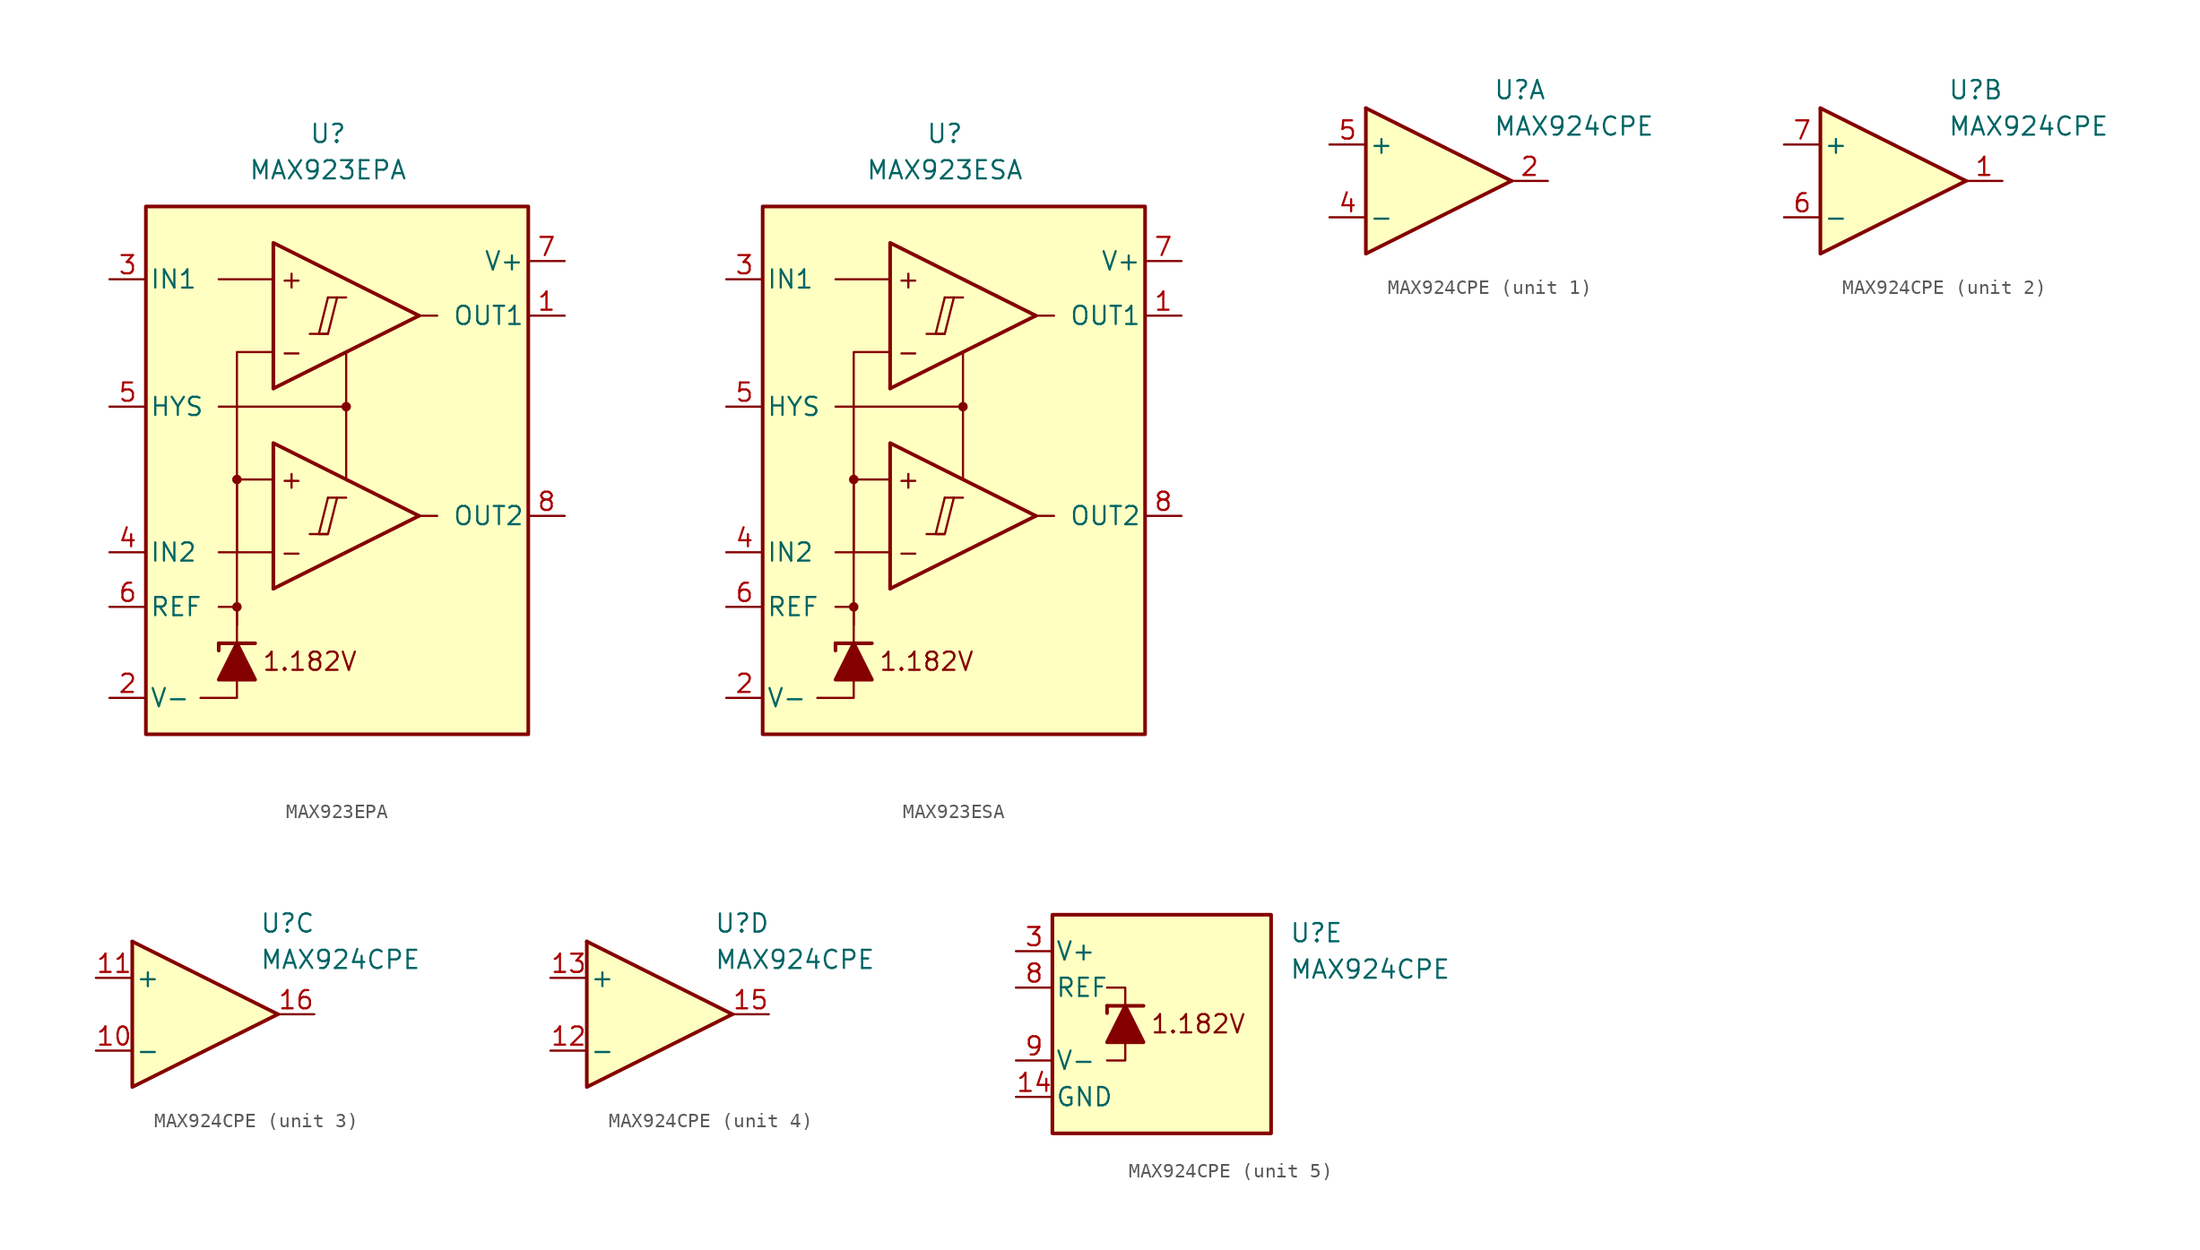
<source format=kicad_sym>
(kicad_symbol_lib
  (version 20231120)
  (generator "kicad_symbol_editor")
  (generator_version "8.0")
  (symbol "MAX923EPA"
    (pin_names
      (offset 0.254))
    (property "Reference" "U"
      (at -1.27 22.86 0)
      (effects (font (size 1.27 1.27))))
    (property "Value" "MAX923EPA"
      (at -1.27 20.32 0)
      (effects (font (size 1.27 1.27))))
    (symbol "MAX923EPA_0_0"
      (rectangle (start -13.97 17.78) (end 12.7 -19.05) (stroke (width 0.254) (type default)) (fill (type background)))
      (circle (center -7.62 -10.16) (radius 0.254) (stroke (width 0.152) (type default)) (fill (type outline)))
      (circle (center -7.62 -1.27) (radius 0.254) (stroke (width 0.152) (type default)) (fill (type outline)))
      (polyline (pts (xy -2.54 -5.08) (xy -1.27 -5.08)) (stroke (width 0.152) (type default)) (fill (type none)))
      (polyline (pts (xy -2.54 8.89) (xy -1.27 8.89)) (stroke (width 0.152) (type default)) (fill (type none)))
      (polyline (pts (xy -1.27 -2.54) (xy 0 -2.54)) (stroke (width 0.152) (type default)) (fill (type none)))
      (polyline (pts (xy -1.27 11.43) (xy 0 11.43)) (stroke (width 0.152) (type default)) (fill (type none)))
      (polyline (pts (xy 5.08 -3.81) (xy -5.08 -8.89)) (stroke (width 0.254) (type default)) (fill (type none)))
      (polyline (pts (xy 5.08 10.16) (xy -5.08 5.08)) (stroke (width 0.254) (type default)) (fill (type none)))
      (polyline (pts (xy 5.08 -3.81) (xy -5.08 1.27) (xy -5.08 -8.89)) (stroke (width 0.254) (type default)) (fill (type background)))
      (polyline (pts (xy 5.08 10.16) (xy -5.08 15.24) (xy -5.08 5.08)) (stroke (width 0.254) (type default)) (fill (type background)))
      (polyline (pts (xy -1.27 -2.54) (xy -1.905 -5.08) (xy -1.27 -5.08) (xy -0.635 -2.54)) (stroke (width 0.152) (type default)) (fill (type none)))
      (polyline (pts (xy -1.27 11.43) (xy -1.905 8.89) (xy -1.27 8.89) (xy -0.635 11.43)) (stroke (width 0.152) (type default)) (fill (type none)))
      (circle (center 0 3.81) (radius 0.254) (stroke (width 0.152) (type default)) (fill (type outline)))
      (text "+" (at -3.81 -1.27 0) (effects (font (size 1.27 1.27))))
      (text "+" (at -3.81 12.7 0) (effects (font (size 1.27 1.27))))
      (text "-" (at -3.81 -6.35 0) (effects (font (size 1.27 1.27))))
      (text "-" (at -3.81 7.62 0) (effects (font (size 1.27 1.27))))
      (text "1.182V" (at -2.54 -13.97 0) (effects (font (size 1.27 1.27)))))
    (symbol "MAX923EPA_0_1"
      (polyline (pts (xy -8.89 -12.7) (xy -8.89 -13.208)) (stroke (width 0.254) (type default)) (fill (type none)))
      (polyline (pts (xy -8.89 -12.7) (xy -6.35 -12.7)) (stroke (width 0.254) (type default)) (fill (type none)))
      (polyline (pts (xy -5.08 -6.35) (xy -8.89 -6.35)) (stroke (width 0) (type default)) (fill (type none)))
      (polyline (pts (xy -5.08 12.7) (xy -8.89 12.7)) (stroke (width 0) (type default)) (fill (type none)))
      (polyline (pts (xy 0 3.81) (xy 0 -1.27)) (stroke (width 0) (type default)) (fill (type none)))
      (polyline (pts (xy 5.08 -3.81) (xy 6.35 -3.81)) (stroke (width 0) (type default)) (fill (type none)))
      (polyline (pts (xy 5.08 10.16) (xy 6.35 10.16)) (stroke (width 0) (type default)) (fill (type none)))
      (polyline (pts (xy -7.62 -15.24) (xy -7.62 -16.51) (xy -10.16 -16.51)) (stroke (width 0) (type default)) (fill (type none)))
      (polyline (pts (xy -7.62 -12.7) (xy -7.62 -10.16) (xy -8.89 -10.16)) (stroke (width 0) (type default)) (fill (type none)))
      (polyline (pts (xy -7.62 -11.43) (xy -7.62 -1.27) (xy -5.08 -1.27)) (stroke (width 0) (type default)) (fill (type none)))
      (polyline (pts (xy -7.62 -6.35) (xy -7.62 7.62) (xy -5.08 7.62)) (stroke (width 0) (type default)) (fill (type none)))
      (polyline (pts (xy 0 7.62) (xy 0 3.81) (xy -8.89 3.81)) (stroke (width 0) (type default)) (fill (type none)))
      (polyline (pts (xy -6.35 -15.24) (xy -8.89 -15.24) (xy -7.62 -12.7) (xy -6.35 -15.24)) (stroke (width 0.254) (type default)) (fill (type outline))))
    (symbol "MAX923EPA_1_1"
      (pin output line (at 15.24 10.16 180) (length 2.54) (name "OUT1" (effects (font (size 1.27 1.27)))) (number "1" (effects (font (size 1.27 1.27)))))
      (pin power_in line (at -16.51 -16.51 0) (length 2.54) (name "V-" (effects (font (size 1.27 1.27)))) (number "2" (effects (font (size 1.27 1.27)))))
      (pin input line (at -16.51 12.7 0) (length 2.54) (name "IN1" (effects (font (size 1.27 1.27)))) (number "3" (effects (font (size 1.27 1.27)))))
      (pin input line (at -16.51 -6.35 0) (length 2.54) (name "IN2" (effects (font (size 1.27 1.27)))) (number "4" (effects (font (size 1.27 1.27)))))
      (pin input line (at -16.51 3.81 0) (length 2.54) (name "HYS" (effects (font (size 1.27 1.27)))) (number "5" (effects (font (size 1.27 1.27)))))
      (pin output line (at -16.51 -10.16 0) (length 2.54) (name "REF" (effects (font (size 1.27 1.27)))) (number "6" (effects (font (size 1.27 1.27)))))
      (pin power_in line (at 15.24 13.97 180) (length 2.54) (name "V+" (effects (font (size 1.27 1.27)))) (number "7" (effects (font (size 1.27 1.27)))))
      (pin output line (at 15.24 -3.81 180) (length 2.54) (name "OUT2" (effects (font (size 1.27 1.27)))) (number "8" (effects (font (size 1.27 1.27)))))))
  (symbol "MAX923ESA"
    (pin_names
      (offset 0.254))
    (property "Reference" "U"
      (at -1.27 22.86 0)
      (effects (font (size 1.27 1.27))))
    (property "Value" "MAX923ESA"
      (at -1.27 20.32 0)
      (effects (font (size 1.27 1.27))))
    (symbol "MAX923ESA_0_0"
      (rectangle (start -13.97 17.78) (end 12.7 -19.05) (stroke (width 0.254) (type default)) (fill (type background)))
      (circle (center -7.62 -10.16) (radius 0.254) (stroke (width 0.152) (type default)) (fill (type outline)))
      (circle (center -7.62 -1.27) (radius 0.254) (stroke (width 0.152) (type default)) (fill (type outline)))
      (polyline (pts (xy -2.54 -5.08) (xy -1.27 -5.08)) (stroke (width 0.152) (type default)) (fill (type none)))
      (polyline (pts (xy -2.54 8.89) (xy -1.27 8.89)) (stroke (width 0.152) (type default)) (fill (type none)))
      (polyline (pts (xy -1.27 -2.54) (xy 0 -2.54)) (stroke (width 0.152) (type default)) (fill (type none)))
      (polyline (pts (xy -1.27 11.43) (xy 0 11.43)) (stroke (width 0.152) (type default)) (fill (type none)))
      (polyline (pts (xy 5.08 -3.81) (xy -5.08 -8.89)) (stroke (width 0.254) (type default)) (fill (type none)))
      (polyline (pts (xy 5.08 10.16) (xy -5.08 5.08)) (stroke (width 0.254) (type default)) (fill (type none)))
      (polyline (pts (xy 5.08 -3.81) (xy -5.08 1.27) (xy -5.08 -8.89)) (stroke (width 0.254) (type default)) (fill (type background)))
      (polyline (pts (xy 5.08 10.16) (xy -5.08 15.24) (xy -5.08 5.08)) (stroke (width 0.254) (type default)) (fill (type background)))
      (polyline (pts (xy -1.27 -2.54) (xy -1.905 -5.08) (xy -1.27 -5.08) (xy -0.635 -2.54)) (stroke (width 0.152) (type default)) (fill (type none)))
      (polyline (pts (xy -1.27 11.43) (xy -1.905 8.89) (xy -1.27 8.89) (xy -0.635 11.43)) (stroke (width 0.152) (type default)) (fill (type none)))
      (circle (center 0 3.81) (radius 0.254) (stroke (width 0.152) (type default)) (fill (type outline)))
      (text "+" (at -3.81 -1.27 0) (effects (font (size 1.27 1.27))))
      (text "+" (at -3.81 12.7 0) (effects (font (size 1.27 1.27))))
      (text "-" (at -3.81 -6.35 0) (effects (font (size 1.27 1.27))))
      (text "-" (at -3.81 7.62 0) (effects (font (size 1.27 1.27))))
      (text "1.182V" (at -2.54 -13.97 0) (effects (font (size 1.27 1.27)))))
    (symbol "MAX923ESA_0_1"
      (polyline (pts (xy -8.89 -12.7) (xy -8.89 -13.208)) (stroke (width 0.254) (type default)) (fill (type none)))
      (polyline (pts (xy -8.89 -12.7) (xy -6.35 -12.7)) (stroke (width 0.254) (type default)) (fill (type none)))
      (polyline (pts (xy -5.08 -6.35) (xy -8.89 -6.35)) (stroke (width 0) (type default)) (fill (type none)))
      (polyline (pts (xy -5.08 12.7) (xy -8.89 12.7)) (stroke (width 0) (type default)) (fill (type none)))
      (polyline (pts (xy 0 3.81) (xy 0 -1.27)) (stroke (width 0) (type default)) (fill (type none)))
      (polyline (pts (xy 5.08 -3.81) (xy 6.35 -3.81)) (stroke (width 0) (type default)) (fill (type none)))
      (polyline (pts (xy 5.08 10.16) (xy 6.35 10.16)) (stroke (width 0) (type default)) (fill (type none)))
      (polyline (pts (xy -7.62 -15.24) (xy -7.62 -16.51) (xy -10.16 -16.51)) (stroke (width 0) (type default)) (fill (type none)))
      (polyline (pts (xy -7.62 -12.7) (xy -7.62 -10.16) (xy -8.89 -10.16)) (stroke (width 0) (type default)) (fill (type none)))
      (polyline (pts (xy -7.62 -11.43) (xy -7.62 -1.27) (xy -5.08 -1.27)) (stroke (width 0) (type default)) (fill (type none)))
      (polyline (pts (xy -7.62 -6.35) (xy -7.62 7.62) (xy -5.08 7.62)) (stroke (width 0) (type default)) (fill (type none)))
      (polyline (pts (xy 0 7.62) (xy 0 3.81) (xy -8.89 3.81)) (stroke (width 0) (type default)) (fill (type none)))
      (polyline (pts (xy -6.35 -15.24) (xy -8.89 -15.24) (xy -7.62 -12.7) (xy -6.35 -15.24)) (stroke (width 0.254) (type default)) (fill (type outline))))
    (symbol "MAX923ESA_1_1"
      (pin output line (at 15.24 10.16 180) (length 2.54) (name "OUT1" (effects (font (size 1.27 1.27)))) (number "1" (effects (font (size 1.27 1.27)))))
      (pin power_in line (at -16.51 -16.51 0) (length 2.54) (name "V-" (effects (font (size 1.27 1.27)))) (number "2" (effects (font (size 1.27 1.27)))))
      (pin input line (at -16.51 12.7 0) (length 2.54) (name "IN1" (effects (font (size 1.27 1.27)))) (number "3" (effects (font (size 1.27 1.27)))))
      (pin input line (at -16.51 -6.35 0) (length 2.54) (name "IN2" (effects (font (size 1.27 1.27)))) (number "4" (effects (font (size 1.27 1.27)))))
      (pin input line (at -16.51 3.81 0) (length 2.54) (name "HYS" (effects (font (size 1.27 1.27)))) (number "5" (effects (font (size 1.27 1.27)))))
      (pin output line (at -16.51 -10.16 0) (length 2.54) (name "REF" (effects (font (size 1.27 1.27)))) (number "6" (effects (font (size 1.27 1.27)))))
      (pin power_in line (at 15.24 13.97 180) (length 2.54) (name "V+" (effects (font (size 1.27 1.27)))) (number "7" (effects (font (size 1.27 1.27)))))
      (pin output line (at 15.24 -3.81 180) (length 2.54) (name "OUT2" (effects (font (size 1.27 1.27)))) (number "8" (effects (font (size 1.27 1.27)))))))
  (symbol "MAX924CPE"
    (pin_names
      (offset 0.2))
    (property "Reference" "U"
      (at 5.08 6.35 0)
      (effects (font (size 1.27 1.27)) (justify left)))
    (property "Value" "MAX924CPE"
      (at 5.08 3.81 0)
      (effects (font (size 1.27 1.27)) (justify left)))
    (property "ki_locked" ""
      (at 0 0 0)
      (effects (font (size 1.27 1.27))))
    (symbol "MAX924CPE_1_1"
      (polyline (pts (xy -3.81 5.08) (xy 6.35 0)) (stroke (width 0.254) (type default)) (fill (type none)))
      (polyline (pts (xy -3.81 5.08) (xy -3.81 -5.08) (xy 6.35 0)) (stroke (width 0.254) (type default)) (fill (type background)))
      (pin output line (at 8.89 0 180) (length 2.54) (name "~" (effects (font (size 1.27 1.27)))) (number "2" (effects (font (size 1.27 1.27)))))
      (pin input line (at -6.35 -2.54 0) (length 2.54) (name "-" (effects (font (size 1.27 1.27)))) (number "4" (effects (font (size 1.27 1.27)))))
      (pin input line (at -6.35 2.54 0) (length 2.54) (name "+" (effects (font (size 1.27 1.27)))) (number "5" (effects (font (size 1.27 1.27))))))
    (symbol "MAX924CPE_2_1"
      (polyline (pts (xy -3.81 5.08) (xy 6.35 0)) (stroke (width 0.254) (type default)) (fill (type none)))
      (polyline (pts (xy -3.81 5.08) (xy -3.81 -5.08) (xy 6.35 0)) (stroke (width 0.254) (type default)) (fill (type background)))
      (pin output line (at 8.89 0 180) (length 2.54) (name "~" (effects (font (size 1.27 1.27)))) (number "1" (effects (font (size 1.27 1.27)))))
      (pin input line (at -6.35 -2.54 0) (length 2.54) (name "-" (effects (font (size 1.27 1.27)))) (number "6" (effects (font (size 1.27 1.27)))))
      (pin input line (at -6.35 2.54 0) (length 2.54) (name "+" (effects (font (size 1.27 1.27)))) (number "7" (effects (font (size 1.27 1.27))))))
    (symbol "MAX924CPE_3_1"
      (polyline (pts (xy -3.81 5.08) (xy 6.35 0)) (stroke (width 0.254) (type default)) (fill (type none)))
      (polyline (pts (xy -3.81 5.08) (xy -3.81 -5.08) (xy 6.35 0)) (stroke (width 0.254) (type default)) (fill (type background)))
      (pin input line (at -6.35 -2.54 0) (length 2.54) (name "-" (effects (font (size 1.27 1.27)))) (number "10" (effects (font (size 1.27 1.27)))))
      (pin input line (at -6.35 2.54 0) (length 2.54) (name "+" (effects (font (size 1.27 1.27)))) (number "11" (effects (font (size 1.27 1.27)))))
      (pin output line (at 8.89 0 180) (length 2.54) (name "~" (effects (font (size 1.27 1.27)))) (number "16" (effects (font (size 1.27 1.27))))))
    (symbol "MAX924CPE_4_1"
      (polyline (pts (xy -3.81 5.08) (xy 6.35 0)) (stroke (width 0.254) (type default)) (fill (type none)))
      (polyline (pts (xy -3.81 5.08) (xy -3.81 -5.08) (xy 6.35 0)) (stroke (width 0.254) (type default)) (fill (type background)))
      (pin input line (at -6.35 -2.54 0) (length 2.54) (name "-" (effects (font (size 1.27 1.27)))) (number "12" (effects (font (size 1.27 1.27)))))
      (pin input line (at -6.35 2.54 0) (length 2.54) (name "+" (effects (font (size 1.27 1.27)))) (number "13" (effects (font (size 1.27 1.27)))))
      (pin output line (at 8.89 0 180) (length 2.54) (name "~" (effects (font (size 1.27 1.27)))) (number "15" (effects (font (size 1.27 1.27))))))
    (symbol "MAX924CPE_5_0"
      (text "1.182V" (at -1.27 0 0) (effects (font (size 1.27 1.27)))))
    (symbol "MAX924CPE_5_1"
      (rectangle (start -11.43 7.62) (end 3.81 -7.62) (stroke (width 0.254) (type default)) (fill (type background)))
      (polyline (pts (xy -7.62 1.27) (xy -7.62 0.762)) (stroke (width 0.254) (type default)) (fill (type none)))
      (polyline (pts (xy -7.62 1.27) (xy -5.08 1.27)) (stroke (width 0.254) (type default)) (fill (type none)))
      (polyline (pts (xy -6.35 -1.27) (xy -6.35 -2.54) (xy -7.62 -2.54)) (stroke (width 0) (type default)) (fill (type none)))
      (polyline (pts (xy -6.35 1.27) (xy -6.35 2.54) (xy -7.62 2.54)) (stroke (width 0) (type default)) (fill (type none)))
      (polyline (pts (xy -5.08 -1.27) (xy -7.62 -1.27) (xy -6.35 1.27) (xy -5.08 -1.27)) (stroke (width 0.254) (type default)) (fill (type outline)))
      (pin power_in line (at -13.97 -5.08 0) (length 2.54) (name "GND" (effects (font (size 1.27 1.27)))) (number "14" (effects (font (size 1.27 1.27)))))
      (pin power_in line (at -13.97 5.08 0) (length 2.54) (name "V+" (effects (font (size 1.27 1.27)))) (number "3" (effects (font (size 1.27 1.27)))))
      (pin output line (at -13.97 2.54 0) (length 2.54) (name "REF" (effects (font (size 1.27 1.27)))) (number "8" (effects (font (size 1.27 1.27)))))
      (pin power_in line (at -13.97 -2.54 0) (length 2.54) (name "V-" (effects (font (size 1.27 1.27)))) (number "9" (effects (font (size 1.27 1.27))))))))
</source>
